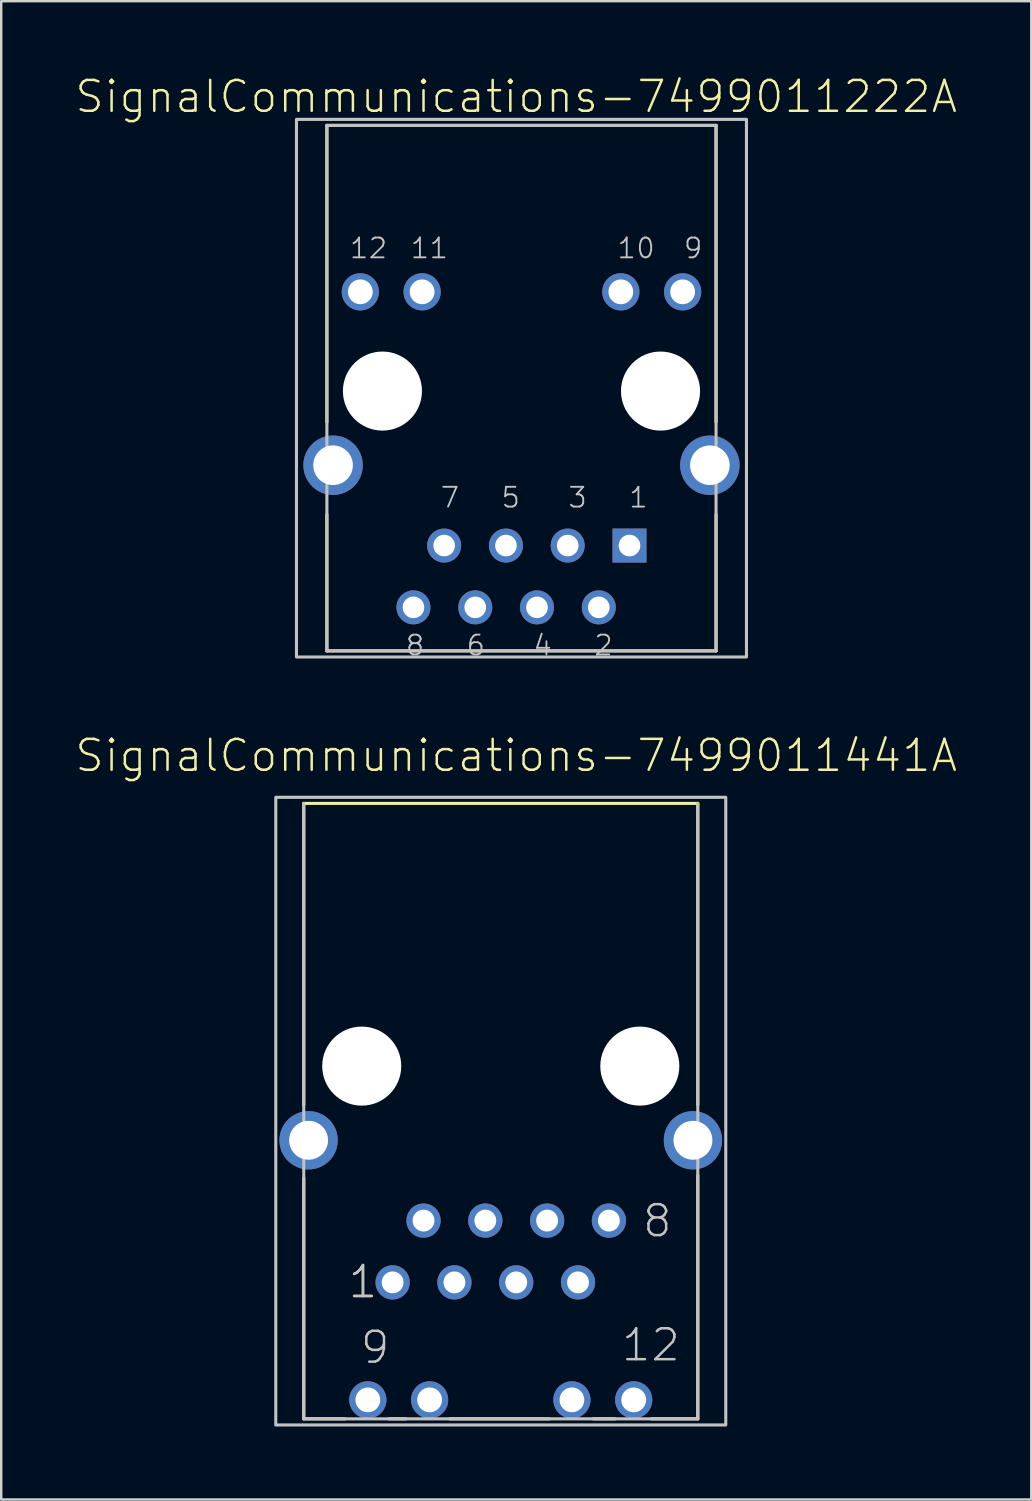
<source format=kicad_pcb>
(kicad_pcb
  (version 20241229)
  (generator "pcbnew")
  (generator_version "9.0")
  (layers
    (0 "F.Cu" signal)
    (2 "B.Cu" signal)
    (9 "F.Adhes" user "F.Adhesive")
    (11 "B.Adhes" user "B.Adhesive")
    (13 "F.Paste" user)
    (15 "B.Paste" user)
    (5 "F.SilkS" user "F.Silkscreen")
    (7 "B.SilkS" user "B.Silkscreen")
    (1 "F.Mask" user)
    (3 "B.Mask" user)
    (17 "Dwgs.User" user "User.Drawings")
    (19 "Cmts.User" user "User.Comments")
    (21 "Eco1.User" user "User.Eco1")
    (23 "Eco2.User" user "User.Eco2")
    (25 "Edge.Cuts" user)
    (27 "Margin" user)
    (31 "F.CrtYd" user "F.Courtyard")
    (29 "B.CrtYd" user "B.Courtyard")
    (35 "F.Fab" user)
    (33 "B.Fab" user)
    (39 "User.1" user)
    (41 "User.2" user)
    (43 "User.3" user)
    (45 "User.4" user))
  (footprint "SignalCommunications-7499011222A"
    (layer "F.Cu")
    (at 18.384 13.024)
    (property "Reference" "SignalCommunications-7499011222A" (at -0.216 -12.103 0) (layer "F.SilkS") (effects (font (size 1.27 1.27) (thickness 0.102))))
    (attr exclude_from_pos_files exclude_from_bom)
    (fp_line (start -7.998 -10.919) (end 7.998 -10.919) (stroke (width 0.127) (type solid)) (layer "F.SilkS"))
    (fp_line (start -7.998 1.27) (end -7.998 -10.919) (stroke (width 0.127) (type solid)) (layer "F.SilkS"))
    (fp_line (start -7.998 5.08) (end -7.998 10.678) (stroke (width 0.127) (type solid)) (layer "F.SilkS"))
    (fp_line (start -7.998 10.678) (end 7.998 10.678) (stroke (width 0.127) (type solid)) (layer "F.SilkS"))
    (fp_line (start 7.998 1.27) (end 7.998 -10.919) (stroke (width 0.127) (type solid)) (layer "F.SilkS"))
    (fp_line (start 7.998 5.08) (end 7.998 10.678) (stroke (width 0.127) (type solid)) (layer "F.SilkS"))
    (fp_line (start -7.998 -10.919) (end 7.998 -10.919) (stroke (width 0.127) (type solid)) (layer "Dwgs.User"))
    (fp_line (start -7.998 10.678) (end -7.998 -10.919) (stroke (width 0.127) (type solid)) (layer "Dwgs.User"))
    (fp_line (start 7.998 -10.919) (end 7.998 10.678) (stroke (width 0.127) (type solid)) (layer "Dwgs.User"))
    (fp_line (start 7.998 10.678) (end -7.998 10.678) (stroke (width 0.127) (type solid)) (layer "Dwgs.User"))
    (fp_poly (pts (xy -9.248 -11.168) (xy 9.248 -11.168) (xy 9.248 10.93) (xy -9.248 10.93) (xy -9.248 -11.168)) (stroke (width 0.127) (type solid)) (fill no) (layer "Dwgs.User"))
    (fp_text user "6" (at -1.877 10.452 180) (layer "Dwgs.User") (effects (font (size 0.813 0.813) (thickness 0.076))))
    (fp_text user "3" (at 2.306 4.376 180) (layer "Dwgs.User") (effects (font (size 0.813 0.813) (thickness 0.076))))
    (fp_text user "4" (at 0.871 10.452 180) (layer "Dwgs.User") (effects (font (size 0.813 0.813) (thickness 0.076))))
    (fp_text user "7" (at -2.941 4.376 180) (layer "Dwgs.User") (effects (font (size 0.813 0.813) (thickness 0.076))))
    (fp_text user "12" (at -6.287 -5.87 180) (layer "Dwgs.User") (effects (font (size 0.813 0.813) (thickness 0.076))))
    (fp_text user "5" (at -0.442 4.376 180) (layer "Dwgs.User") (effects (font (size 0.813 0.813) (thickness 0.076))))
    (fp_text user "10" (at 4.712 -5.87 180) (layer "Dwgs.User") (effects (font (size 0.813 0.813) (thickness 0.076))))
    (fp_text user "8" (at -4.376 10.452 180) (layer "Dwgs.User") (effects (font (size 0.813 0.813) (thickness 0.076))))
    (fp_text user "1" (at 4.806 4.376 180) (layer "Dwgs.User") (effects (font (size 0.813 0.813) (thickness 0.076))))
    (fp_text user "11" (at -3.787 -5.87 180) (layer "Dwgs.User") (effects (font (size 0.813 0.813) (thickness 0.076))))
    (fp_text user "9" (at 7.056 -5.87 180) (layer "Dwgs.User") (effects (font (size 0.813 0.813) (thickness 0.076))))
    (fp_text user "2" (at 3.371 10.452 180) (layer "Dwgs.User") (effects (font (size 0.813 0.813) (thickness 0.076))))
    (pad "" np_thru_hole circle (at -5.715 0) (size 3.249 3.249) (drill 3.249) (layers "*.Cu" "*.Mask"))
    (pad "" np_thru_hole circle (at 5.715 0) (size 3.249 3.249) (drill 3.249) (layers "*.Cu" "*.Mask"))
    (pad "1" thru_hole rect (at 4.44 6.35) (size 1.397 1.397) (drill 0.889) (layers "*.Cu" "*.Paste" "*.Mask"))
    (pad "2" thru_hole circle (at 3.178 8.89) (size 1.397 1.397) (drill 0.889) (layers "*.Cu" "*.Paste" "*.Mask"))
    (pad "3" thru_hole circle (at 1.9 6.35) (size 1.397 1.397) (drill 0.889) (layers "*.Cu" "*.Paste" "*.Mask"))
    (pad "4" thru_hole circle (at 0.638 8.89) (size 1.397 1.397) (drill 0.889) (layers "*.Cu" "*.Paste" "*.Mask"))
    (pad "5" thru_hole circle (at -0.638 6.35) (size 1.397 1.397) (drill 0.889) (layers "*.Cu" "*.Paste" "*.Mask"))
    (pad "6" thru_hole circle (at -1.9 8.89) (size 1.397 1.397) (drill 0.889) (layers "*.Cu" "*.Paste" "*.Mask"))
    (pad "7" thru_hole circle (at -3.178 6.35) (size 1.397 1.397) (drill 0.889) (layers "*.Cu" "*.Paste" "*.Mask"))
    (pad "8" thru_hole circle (at -4.44 8.89) (size 1.397 1.397) (drill 0.889) (layers "*.Cu" "*.Paste" "*.Mask"))
    (pad "9" thru_hole circle (at 6.624 -4.079) (size 1.529 1.529) (drill 1.019) (layers "*.Cu" "*.Paste" "*.Mask"))
    (pad "10" thru_hole circle (at 4.084 -4.079) (size 1.529 1.529) (drill 1.019) (layers "*.Cu" "*.Paste" "*.Mask"))
    (pad "11" thru_hole circle (at -4.084 -4.079) (size 1.529 1.529) (drill 1.019) (layers "*.Cu" "*.Paste" "*.Mask"))
    (pad "12" thru_hole circle (at -6.624 -4.079) (size 1.529 1.529) (drill 1.019) (layers "*.Cu" "*.Paste" "*.Mask"))
    (pad "Z1" thru_hole circle (at -7.744 3.048) (size 2.443 2.443) (drill 1.628) (layers "*.Cu" "*.Paste" "*.Mask"))
    (pad "Z2" thru_hole circle (at 7.744 3.048) (size 2.443 2.443) (drill 1.628) (layers "*.Cu" "*.Paste" "*.Mask")))
  (footprint "SignalCommunications-7499011441A"
    (layer "F.Cu")
    (at 17.533 40.77)
    (property "Reference" "SignalCommunications-7499011441A" (at 0.635 -12.764 0) (layer "F.SilkS") (effects (font (size 1.27 1.27) (thickness 0.102))))
    (attr exclude_from_pos_files exclude_from_bom)
    (fp_line (start -8.098 -10.798) (end 8.098 -10.798) (stroke (width 0.127) (type solid)) (layer "F.SilkS"))
    (fp_line (start -8.098 1.598) (end -8.098 -10.798) (stroke (width 0.127) (type solid)) (layer "F.SilkS"))
    (fp_line (start -8.098 4.6) (end -8.098 14.498) (stroke (width 0.127) (type solid)) (layer "F.SilkS"))
    (fp_line (start -8.098 14.498) (end -6.398 14.498) (stroke (width 0.127) (type solid)) (layer "F.SilkS"))
    (fp_line (start -4.6 14.498) (end -3.899 14.498) (stroke (width 0.127) (type solid)) (layer "F.SilkS"))
    (fp_line (start -2.098 14.498) (end 1.999 14.498) (stroke (width 0.127) (type solid)) (layer "F.SilkS"))
    (fp_line (start 3.8 14.498) (end 4.699 14.498) (stroke (width 0.127) (type solid)) (layer "F.SilkS"))
    (fp_line (start 6.198 14.498) (end 8.098 14.498) (stroke (width 0.127) (type solid)) (layer "F.SilkS"))
    (fp_line (start 8.098 1.598) (end 8.098 -10.798) (stroke (width 0.127) (type solid)) (layer "F.SilkS"))
    (fp_line (start 8.098 14.498) (end 8.098 4.498) (stroke (width 0.127) (type solid)) (layer "F.SilkS"))
    (fp_line (start -8.098 14.498) (end -8.098 -10.798) (stroke (width 0.127) (type solid)) (layer "Dwgs.User"))
    (fp_line (start 8.098 -10.798) (end 8.098 14.498) (stroke (width 0.127) (type solid)) (layer "Dwgs.User"))
    (fp_line (start 8.098 14.498) (end -8.098 14.498) (stroke (width 0.127) (type solid)) (layer "Dwgs.User"))
    (fp_poly (pts (xy -9.248 -11.049) (xy 9.248 -11.049) (xy 9.248 14.75) (xy -9.248 14.75) (xy -9.248 -11.049)) (stroke (width 0.127) (type solid)) (fill no) (layer "Dwgs.User"))
    (fp_text user "1" (at -5.664 8.865 0) (layer "F.SilkS") (effects (font (size 1.27 1.27) (thickness 0.102))))
    (fp_text user "1" (at -5.664 8.865 0) (layer "Dwgs.User") (effects (font (size 1.27 1.27) (thickness 0.102))))
    (fp_text user "12" (at 6.17 11.463 0) (layer "Dwgs.User") (effects (font (size 1.27 1.27) (thickness 0.102))))
    (fp_text user "9" (at -5.164 11.565 0) (layer "Dwgs.User") (effects (font (size 1.27 1.27) (thickness 0.102))))
    (fp_text user "8" (at 6.434 6.363 0) (layer "Dwgs.User") (effects (font (size 1.27 1.27) (thickness 0.102))))
    (pad "" np_thru_hole circle (at -5.715 0) (size 3.249 3.249) (drill 3.249) (layers "*.Cu" "*.Mask"))
    (pad "" np_thru_hole circle (at 5.715 0) (size 3.249 3.249) (drill 3.249) (layers "*.Cu" "*.Mask"))
    (pad "1" thru_hole circle (at -4.445 8.89) (size 1.407 1.407) (drill 0.899) (layers "*.Cu" "*.Paste" "*.Mask"))
    (pad "2" thru_hole circle (at -3.175 6.35) (size 1.407 1.407) (drill 0.899) (layers "*.Cu" "*.Paste" "*.Mask"))
    (pad "3" thru_hole circle (at -1.905 8.89) (size 1.407 1.407) (drill 0.899) (layers "*.Cu" "*.Paste" "*.Mask"))
    (pad "4" thru_hole circle (at -0.635 6.35) (size 1.407 1.407) (drill 0.899) (layers "*.Cu" "*.Paste" "*.Mask"))
    (pad "5" thru_hole circle (at 0.635 8.89) (size 1.407 1.407) (drill 0.899) (layers "*.Cu" "*.Paste" "*.Mask"))
    (pad "6" thru_hole circle (at 1.905 6.35) (size 1.407 1.407) (drill 0.899) (layers "*.Cu" "*.Paste" "*.Mask"))
    (pad "7" thru_hole circle (at 3.175 8.89) (size 1.407 1.407) (drill 0.899) (layers "*.Cu" "*.Paste" "*.Mask"))
    (pad "8" thru_hole circle (at 4.445 6.35) (size 1.407 1.407) (drill 0.899) (layers "*.Cu" "*.Paste" "*.Mask"))
    (pad "9" thru_hole circle (at -5.464 13.719) (size 1.529 1.529) (drill 1.019) (layers "*.Cu" "*.Paste" "*.Mask"))
    (pad "10" thru_hole circle (at -2.924 13.719) (size 1.529 1.529) (drill 1.019) (layers "*.Cu" "*.Paste" "*.Mask"))
    (pad "11" thru_hole circle (at 2.924 13.719) (size 1.529 1.529) (drill 1.019) (layers "*.Cu" "*.Paste" "*.Mask"))
    (pad "12" thru_hole circle (at 5.464 13.719) (size 1.529 1.529) (drill 1.019) (layers "*.Cu" "*.Paste" "*.Mask"))
    (pad "SHEL" thru_hole circle (at -7.899 3.048) (size 2.398 2.398) (drill 1.598) (layers "*.Cu" "*.Paste" "*.Mask"))
    (pad "SHEL" thru_hole circle (at 7.899 3.048) (size 2.398 2.398) (drill 1.598) (layers "*.Cu" "*.Paste" "*.Mask")))
  (gr_rect
    (start -3 -3)
    (end 39.337 58.584)
    (stroke (width 0.1) (type default))
    (fill no)
    (layer "Edge.Cuts")))
</source>
